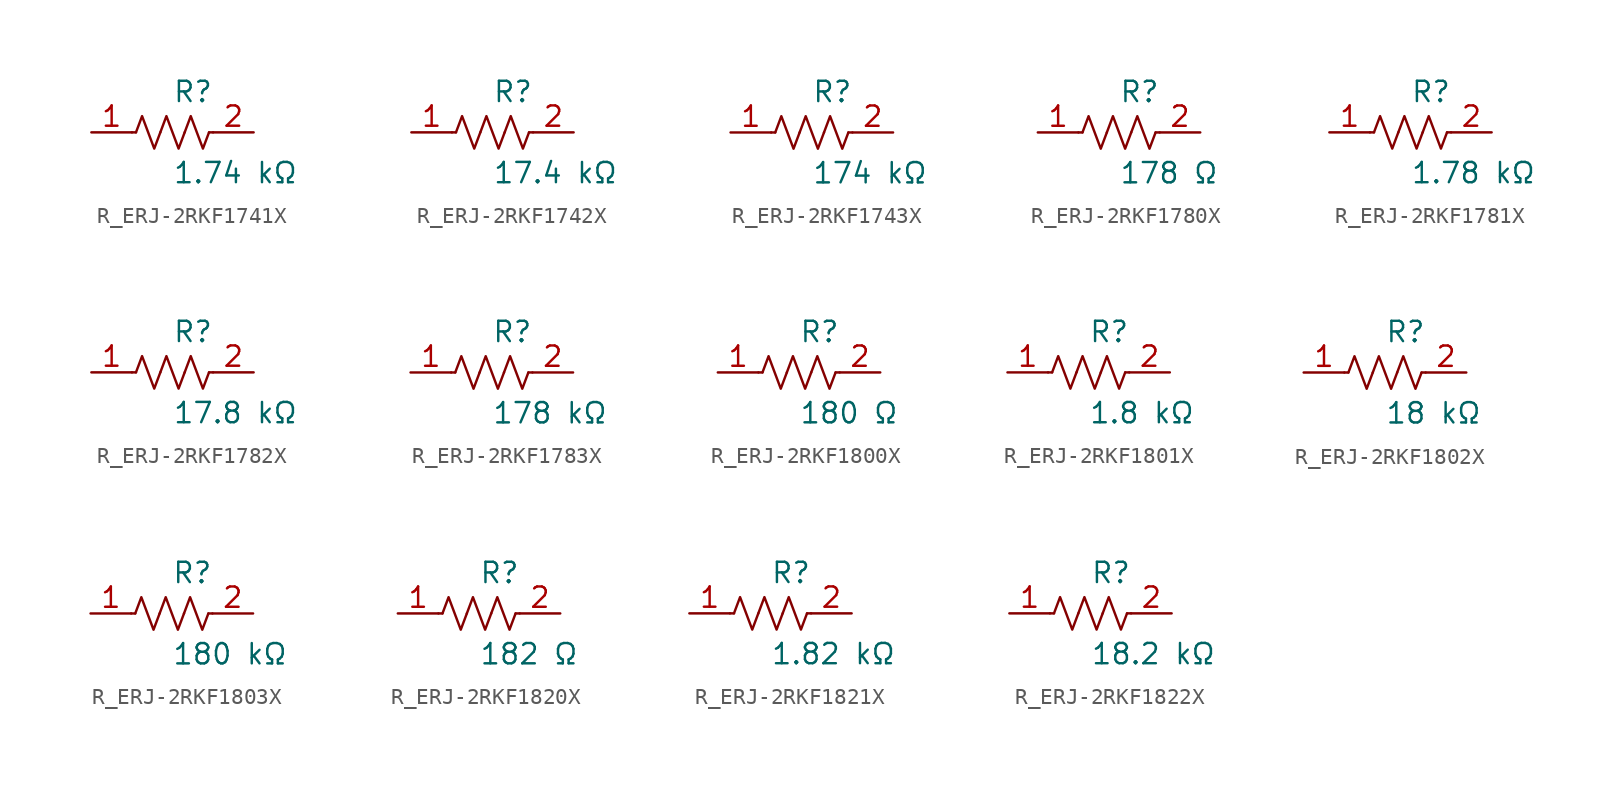
<source format=kicad_sym>
(kicad_symbol_lib
  (version 20231120)
  (generator kicad_symbol_editor)
  (generator_version 8.0)
  (symbol "R_ERJ-2RKF1741X"
    (pin_names
      (offset 0.254))
    (property "Reference" "R"
      (at 0 2.54 0)
      (effects (font (size 1.27 1.27)) (justify left)))
    (property "Value" "1.74 kΩ"
      (at 0 -2.54 0)
      (effects (font (size 1.27 1.27)) (justify left)))
    (symbol "R_ERJ-2RKF1741X_0_1"
      (polyline (pts (xy 2.286 0) (xy 2.54 0)) (stroke (width 0) (type default)) (fill (type none)))
      (polyline (pts (xy -2.286 0) (xy -2.54 0)) (stroke (width 0) (type default)) (fill (type none)))
      (polyline (pts (xy 0.762 0) (xy 1.143 1.016) (xy 1.524 0) (xy 1.905 -1.016) (xy 2.286 0)) (stroke (width 0) (type default)) (fill (type none)))
      (polyline (pts (xy -0.762 0) (xy -0.381 1.016) (xy 0 0) (xy 0.381 -1.016) (xy 0.762 0)) (stroke (width 0) (type default)) (fill (type none)))
      (polyline (pts (xy -2.286 0) (xy -1.905 1.016) (xy -1.524 0) (xy -1.143 -1.016) (xy -0.762 0)) (stroke (width 0) (type default)) (fill (type none))))
    (pin passive line
      (at -5.08 0 0)
      (length 2.54)
      (name "" (effects (font (size 1.27 1.27))))
      (number "1" (effects (font (size 1.27 1.27)))))
    (pin passive line
      (at 5.08 0 180)
      (length 2.54)
      (name "" (effects (font (size 1.27 1.27))))
      (number "2" (effects (font (size 1.27 1.27))))))
  (symbol "R_ERJ-2RKF1742X"
    (pin_names
      (offset 0.254))
    (property "Reference" "R"
      (at 0 2.54 0)
      (effects (font (size 1.27 1.27)) (justify left)))
    (property "Value" "17.4 kΩ"
      (at 0 -2.54 0)
      (effects (font (size 1.27 1.27)) (justify left)))
    (symbol "R_ERJ-2RKF1742X_0_1"
      (polyline (pts (xy 2.286 0) (xy 2.54 0)) (stroke (width 0) (type default)) (fill (type none)))
      (polyline (pts (xy -2.286 0) (xy -2.54 0)) (stroke (width 0) (type default)) (fill (type none)))
      (polyline (pts (xy 0.762 0) (xy 1.143 1.016) (xy 1.524 0) (xy 1.905 -1.016) (xy 2.286 0)) (stroke (width 0) (type default)) (fill (type none)))
      (polyline (pts (xy -0.762 0) (xy -0.381 1.016) (xy 0 0) (xy 0.381 -1.016) (xy 0.762 0)) (stroke (width 0) (type default)) (fill (type none)))
      (polyline (pts (xy -2.286 0) (xy -1.905 1.016) (xy -1.524 0) (xy -1.143 -1.016) (xy -0.762 0)) (stroke (width 0) (type default)) (fill (type none))))
    (pin passive line
      (at -5.08 0 0)
      (length 2.54)
      (name "" (effects (font (size 1.27 1.27))))
      (number "1" (effects (font (size 1.27 1.27)))))
    (pin passive line
      (at 5.08 0 180)
      (length 2.54)
      (name "" (effects (font (size 1.27 1.27))))
      (number "2" (effects (font (size 1.27 1.27))))))
  (symbol "R_ERJ-2RKF1743X"
    (pin_names
      (offset 0.254))
    (property "Reference" "R"
      (at 0 2.54 0)
      (effects (font (size 1.27 1.27)) (justify left)))
    (property "Value" "174 kΩ"
      (at 0 -2.54 0)
      (effects (font (size 1.27 1.27)) (justify left)))
    (symbol "R_ERJ-2RKF1743X_0_1"
      (polyline (pts (xy 2.286 0) (xy 2.54 0)) (stroke (width 0) (type default)) (fill (type none)))
      (polyline (pts (xy -2.286 0) (xy -2.54 0)) (stroke (width 0) (type default)) (fill (type none)))
      (polyline (pts (xy 0.762 0) (xy 1.143 1.016) (xy 1.524 0) (xy 1.905 -1.016) (xy 2.286 0)) (stroke (width 0) (type default)) (fill (type none)))
      (polyline (pts (xy -0.762 0) (xy -0.381 1.016) (xy 0 0) (xy 0.381 -1.016) (xy 0.762 0)) (stroke (width 0) (type default)) (fill (type none)))
      (polyline (pts (xy -2.286 0) (xy -1.905 1.016) (xy -1.524 0) (xy -1.143 -1.016) (xy -0.762 0)) (stroke (width 0) (type default)) (fill (type none))))
    (pin passive line
      (at -5.08 0 0)
      (length 2.54)
      (name "" (effects (font (size 1.27 1.27))))
      (number "1" (effects (font (size 1.27 1.27)))))
    (pin passive line
      (at 5.08 0 180)
      (length 2.54)
      (name "" (effects (font (size 1.27 1.27))))
      (number "2" (effects (font (size 1.27 1.27))))))
  (symbol "R_ERJ-2RKF1780X"
    (pin_names
      (offset 0.254))
    (property "Reference" "R"
      (at 0 2.54 0)
      (effects (font (size 1.27 1.27)) (justify left)))
    (property "Value" "178 Ω"
      (at 0 -2.54 0)
      (effects (font (size 1.27 1.27)) (justify left)))
    (symbol "R_ERJ-2RKF1780X_0_1"
      (polyline (pts (xy 2.286 0) (xy 2.54 0)) (stroke (width 0) (type default)) (fill (type none)))
      (polyline (pts (xy -2.286 0) (xy -2.54 0)) (stroke (width 0) (type default)) (fill (type none)))
      (polyline (pts (xy 0.762 0) (xy 1.143 1.016) (xy 1.524 0) (xy 1.905 -1.016) (xy 2.286 0)) (stroke (width 0) (type default)) (fill (type none)))
      (polyline (pts (xy -0.762 0) (xy -0.381 1.016) (xy 0 0) (xy 0.381 -1.016) (xy 0.762 0)) (stroke (width 0) (type default)) (fill (type none)))
      (polyline (pts (xy -2.286 0) (xy -1.905 1.016) (xy -1.524 0) (xy -1.143 -1.016) (xy -0.762 0)) (stroke (width 0) (type default)) (fill (type none))))
    (pin passive line
      (at -5.08 0 0)
      (length 2.54)
      (name "" (effects (font (size 1.27 1.27))))
      (number "1" (effects (font (size 1.27 1.27)))))
    (pin passive line
      (at 5.08 0 180)
      (length 2.54)
      (name "" (effects (font (size 1.27 1.27))))
      (number "2" (effects (font (size 1.27 1.27))))))
  (symbol "R_ERJ-2RKF1781X"
    (pin_names
      (offset 0.254))
    (property "Reference" "R"
      (at 0 2.54 0)
      (effects (font (size 1.27 1.27)) (justify left)))
    (property "Value" "1.78 kΩ"
      (at 0 -2.54 0)
      (effects (font (size 1.27 1.27)) (justify left)))
    (symbol "R_ERJ-2RKF1781X_0_1"
      (polyline (pts (xy 2.286 0) (xy 2.54 0)) (stroke (width 0) (type default)) (fill (type none)))
      (polyline (pts (xy -2.286 0) (xy -2.54 0)) (stroke (width 0) (type default)) (fill (type none)))
      (polyline (pts (xy 0.762 0) (xy 1.143 1.016) (xy 1.524 0) (xy 1.905 -1.016) (xy 2.286 0)) (stroke (width 0) (type default)) (fill (type none)))
      (polyline (pts (xy -0.762 0) (xy -0.381 1.016) (xy 0 0) (xy 0.381 -1.016) (xy 0.762 0)) (stroke (width 0) (type default)) (fill (type none)))
      (polyline (pts (xy -2.286 0) (xy -1.905 1.016) (xy -1.524 0) (xy -1.143 -1.016) (xy -0.762 0)) (stroke (width 0) (type default)) (fill (type none))))
    (pin passive line
      (at -5.08 0 0)
      (length 2.54)
      (name "" (effects (font (size 1.27 1.27))))
      (number "1" (effects (font (size 1.27 1.27)))))
    (pin passive line
      (at 5.08 0 180)
      (length 2.54)
      (name "" (effects (font (size 1.27 1.27))))
      (number "2" (effects (font (size 1.27 1.27))))))
  (symbol "R_ERJ-2RKF1782X"
    (pin_names
      (offset 0.254))
    (property "Reference" "R"
      (at 0 2.54 0)
      (effects (font (size 1.27 1.27)) (justify left)))
    (property "Value" "17.8 kΩ"
      (at 0 -2.54 0)
      (effects (font (size 1.27 1.27)) (justify left)))
    (symbol "R_ERJ-2RKF1782X_0_1"
      (polyline (pts (xy 2.286 0) (xy 2.54 0)) (stroke (width 0) (type default)) (fill (type none)))
      (polyline (pts (xy -2.286 0) (xy -2.54 0)) (stroke (width 0) (type default)) (fill (type none)))
      (polyline (pts (xy 0.762 0) (xy 1.143 1.016) (xy 1.524 0) (xy 1.905 -1.016) (xy 2.286 0)) (stroke (width 0) (type default)) (fill (type none)))
      (polyline (pts (xy -0.762 0) (xy -0.381 1.016) (xy 0 0) (xy 0.381 -1.016) (xy 0.762 0)) (stroke (width 0) (type default)) (fill (type none)))
      (polyline (pts (xy -2.286 0) (xy -1.905 1.016) (xy -1.524 0) (xy -1.143 -1.016) (xy -0.762 0)) (stroke (width 0) (type default)) (fill (type none))))
    (pin passive line
      (at -5.08 0 0)
      (length 2.54)
      (name "" (effects (font (size 1.27 1.27))))
      (number "1" (effects (font (size 1.27 1.27)))))
    (pin passive line
      (at 5.08 0 180)
      (length 2.54)
      (name "" (effects (font (size 1.27 1.27))))
      (number "2" (effects (font (size 1.27 1.27))))))
  (symbol "R_ERJ-2RKF1783X"
    (pin_names
      (offset 0.254))
    (property "Reference" "R"
      (at 0 2.54 0)
      (effects (font (size 1.27 1.27)) (justify left)))
    (property "Value" "178 kΩ"
      (at 0 -2.54 0)
      (effects (font (size 1.27 1.27)) (justify left)))
    (symbol "R_ERJ-2RKF1783X_0_1"
      (polyline (pts (xy 2.286 0) (xy 2.54 0)) (stroke (width 0) (type default)) (fill (type none)))
      (polyline (pts (xy -2.286 0) (xy -2.54 0)) (stroke (width 0) (type default)) (fill (type none)))
      (polyline (pts (xy 0.762 0) (xy 1.143 1.016) (xy 1.524 0) (xy 1.905 -1.016) (xy 2.286 0)) (stroke (width 0) (type default)) (fill (type none)))
      (polyline (pts (xy -0.762 0) (xy -0.381 1.016) (xy 0 0) (xy 0.381 -1.016) (xy 0.762 0)) (stroke (width 0) (type default)) (fill (type none)))
      (polyline (pts (xy -2.286 0) (xy -1.905 1.016) (xy -1.524 0) (xy -1.143 -1.016) (xy -0.762 0)) (stroke (width 0) (type default)) (fill (type none))))
    (pin passive line
      (at -5.08 0 0)
      (length 2.54)
      (name "" (effects (font (size 1.27 1.27))))
      (number "1" (effects (font (size 1.27 1.27)))))
    (pin passive line
      (at 5.08 0 180)
      (length 2.54)
      (name "" (effects (font (size 1.27 1.27))))
      (number "2" (effects (font (size 1.27 1.27))))))
  (symbol "R_ERJ-2RKF1800X"
    (pin_names
      (offset 0.254))
    (property "Reference" "R"
      (at 0 2.54 0)
      (effects (font (size 1.27 1.27)) (justify left)))
    (property "Value" "180 Ω"
      (at 0 -2.54 0)
      (effects (font (size 1.27 1.27)) (justify left)))
    (symbol "R_ERJ-2RKF1800X_0_1"
      (polyline (pts (xy 2.286 0) (xy 2.54 0)) (stroke (width 0) (type default)) (fill (type none)))
      (polyline (pts (xy -2.286 0) (xy -2.54 0)) (stroke (width 0) (type default)) (fill (type none)))
      (polyline (pts (xy 0.762 0) (xy 1.143 1.016) (xy 1.524 0) (xy 1.905 -1.016) (xy 2.286 0)) (stroke (width 0) (type default)) (fill (type none)))
      (polyline (pts (xy -0.762 0) (xy -0.381 1.016) (xy 0 0) (xy 0.381 -1.016) (xy 0.762 0)) (stroke (width 0) (type default)) (fill (type none)))
      (polyline (pts (xy -2.286 0) (xy -1.905 1.016) (xy -1.524 0) (xy -1.143 -1.016) (xy -0.762 0)) (stroke (width 0) (type default)) (fill (type none))))
    (pin passive line
      (at -5.08 0 0)
      (length 2.54)
      (name "" (effects (font (size 1.27 1.27))))
      (number "1" (effects (font (size 1.27 1.27)))))
    (pin passive line
      (at 5.08 0 180)
      (length 2.54)
      (name "" (effects (font (size 1.27 1.27))))
      (number "2" (effects (font (size 1.27 1.27))))))
  (symbol "R_ERJ-2RKF1801X"
    (pin_names
      (offset 0.254))
    (property "Reference" "R"
      (at 0 2.54 0)
      (effects (font (size 1.27 1.27)) (justify left)))
    (property "Value" "1.8 kΩ"
      (at 0 -2.54 0)
      (effects (font (size 1.27 1.27)) (justify left)))
    (symbol "R_ERJ-2RKF1801X_0_1"
      (polyline (pts (xy 2.286 0) (xy 2.54 0)) (stroke (width 0) (type default)) (fill (type none)))
      (polyline (pts (xy -2.286 0) (xy -2.54 0)) (stroke (width 0) (type default)) (fill (type none)))
      (polyline (pts (xy 0.762 0) (xy 1.143 1.016) (xy 1.524 0) (xy 1.905 -1.016) (xy 2.286 0)) (stroke (width 0) (type default)) (fill (type none)))
      (polyline (pts (xy -0.762 0) (xy -0.381 1.016) (xy 0 0) (xy 0.381 -1.016) (xy 0.762 0)) (stroke (width 0) (type default)) (fill (type none)))
      (polyline (pts (xy -2.286 0) (xy -1.905 1.016) (xy -1.524 0) (xy -1.143 -1.016) (xy -0.762 0)) (stroke (width 0) (type default)) (fill (type none))))
    (pin passive line
      (at -5.08 0 0)
      (length 2.54)
      (name "" (effects (font (size 1.27 1.27))))
      (number "1" (effects (font (size 1.27 1.27)))))
    (pin passive line
      (at 5.08 0 180)
      (length 2.54)
      (name "" (effects (font (size 1.27 1.27))))
      (number "2" (effects (font (size 1.27 1.27))))))
  (symbol "R_ERJ-2RKF1802X"
    (pin_names
      (offset 0.254))
    (property "Reference" "R"
      (at 0 2.54 0)
      (effects (font (size 1.27 1.27)) (justify left)))
    (property "Value" "18 kΩ"
      (at 0 -2.54 0)
      (effects (font (size 1.27 1.27)) (justify left)))
    (symbol "R_ERJ-2RKF1802X_0_1"
      (polyline (pts (xy 2.286 0) (xy 2.54 0)) (stroke (width 0) (type default)) (fill (type none)))
      (polyline (pts (xy -2.286 0) (xy -2.54 0)) (stroke (width 0) (type default)) (fill (type none)))
      (polyline (pts (xy 0.762 0) (xy 1.143 1.016) (xy 1.524 0) (xy 1.905 -1.016) (xy 2.286 0)) (stroke (width 0) (type default)) (fill (type none)))
      (polyline (pts (xy -0.762 0) (xy -0.381 1.016) (xy 0 0) (xy 0.381 -1.016) (xy 0.762 0)) (stroke (width 0) (type default)) (fill (type none)))
      (polyline (pts (xy -2.286 0) (xy -1.905 1.016) (xy -1.524 0) (xy -1.143 -1.016) (xy -0.762 0)) (stroke (width 0) (type default)) (fill (type none))))
    (pin passive line
      (at -5.08 0 0)
      (length 2.54)
      (name "" (effects (font (size 1.27 1.27))))
      (number "1" (effects (font (size 1.27 1.27)))))
    (pin passive line
      (at 5.08 0 180)
      (length 2.54)
      (name "" (effects (font (size 1.27 1.27))))
      (number "2" (effects (font (size 1.27 1.27))))))
  (symbol "R_ERJ-2RKF1803X"
    (pin_names
      (offset 0.254))
    (property "Reference" "R"
      (at 0 2.54 0)
      (effects (font (size 1.27 1.27)) (justify left)))
    (property "Value" "180 kΩ"
      (at 0 -2.54 0)
      (effects (font (size 1.27 1.27)) (justify left)))
    (symbol "R_ERJ-2RKF1803X_0_1"
      (polyline (pts (xy 2.286 0) (xy 2.54 0)) (stroke (width 0) (type default)) (fill (type none)))
      (polyline (pts (xy -2.286 0) (xy -2.54 0)) (stroke (width 0) (type default)) (fill (type none)))
      (polyline (pts (xy 0.762 0) (xy 1.143 1.016) (xy 1.524 0) (xy 1.905 -1.016) (xy 2.286 0)) (stroke (width 0) (type default)) (fill (type none)))
      (polyline (pts (xy -0.762 0) (xy -0.381 1.016) (xy 0 0) (xy 0.381 -1.016) (xy 0.762 0)) (stroke (width 0) (type default)) (fill (type none)))
      (polyline (pts (xy -2.286 0) (xy -1.905 1.016) (xy -1.524 0) (xy -1.143 -1.016) (xy -0.762 0)) (stroke (width 0) (type default)) (fill (type none))))
    (pin passive line
      (at -5.08 0 0)
      (length 2.54)
      (name "" (effects (font (size 1.27 1.27))))
      (number "1" (effects (font (size 1.27 1.27)))))
    (pin passive line
      (at 5.08 0 180)
      (length 2.54)
      (name "" (effects (font (size 1.27 1.27))))
      (number "2" (effects (font (size 1.27 1.27))))))
  (symbol "R_ERJ-2RKF1820X"
    (pin_names
      (offset 0.254))
    (property "Reference" "R"
      (at 0 2.54 0)
      (effects (font (size 1.27 1.27)) (justify left)))
    (property "Value" "182 Ω"
      (at 0 -2.54 0)
      (effects (font (size 1.27 1.27)) (justify left)))
    (symbol "R_ERJ-2RKF1820X_0_1"
      (polyline (pts (xy 2.286 0) (xy 2.54 0)) (stroke (width 0) (type default)) (fill (type none)))
      (polyline (pts (xy -2.286 0) (xy -2.54 0)) (stroke (width 0) (type default)) (fill (type none)))
      (polyline (pts (xy 0.762 0) (xy 1.143 1.016) (xy 1.524 0) (xy 1.905 -1.016) (xy 2.286 0)) (stroke (width 0) (type default)) (fill (type none)))
      (polyline (pts (xy -0.762 0) (xy -0.381 1.016) (xy 0 0) (xy 0.381 -1.016) (xy 0.762 0)) (stroke (width 0) (type default)) (fill (type none)))
      (polyline (pts (xy -2.286 0) (xy -1.905 1.016) (xy -1.524 0) (xy -1.143 -1.016) (xy -0.762 0)) (stroke (width 0) (type default)) (fill (type none))))
    (pin passive line
      (at -5.08 0 0)
      (length 2.54)
      (name "" (effects (font (size 1.27 1.27))))
      (number "1" (effects (font (size 1.27 1.27)))))
    (pin passive line
      (at 5.08 0 180)
      (length 2.54)
      (name "" (effects (font (size 1.27 1.27))))
      (number "2" (effects (font (size 1.27 1.27))))))
  (symbol "R_ERJ-2RKF1821X"
    (pin_names
      (offset 0.254))
    (property "Reference" "R"
      (at 0 2.54 0)
      (effects (font (size 1.27 1.27)) (justify left)))
    (property "Value" "1.82 kΩ"
      (at 0 -2.54 0)
      (effects (font (size 1.27 1.27)) (justify left)))
    (symbol "R_ERJ-2RKF1821X_0_1"
      (polyline (pts (xy 2.286 0) (xy 2.54 0)) (stroke (width 0) (type default)) (fill (type none)))
      (polyline (pts (xy -2.286 0) (xy -2.54 0)) (stroke (width 0) (type default)) (fill (type none)))
      (polyline (pts (xy 0.762 0) (xy 1.143 1.016) (xy 1.524 0) (xy 1.905 -1.016) (xy 2.286 0)) (stroke (width 0) (type default)) (fill (type none)))
      (polyline (pts (xy -0.762 0) (xy -0.381 1.016) (xy 0 0) (xy 0.381 -1.016) (xy 0.762 0)) (stroke (width 0) (type default)) (fill (type none)))
      (polyline (pts (xy -2.286 0) (xy -1.905 1.016) (xy -1.524 0) (xy -1.143 -1.016) (xy -0.762 0)) (stroke (width 0) (type default)) (fill (type none))))
    (pin passive line
      (at -5.08 0 0)
      (length 2.54)
      (name "" (effects (font (size 1.27 1.27))))
      (number "1" (effects (font (size 1.27 1.27)))))
    (pin passive line
      (at 5.08 0 180)
      (length 2.54)
      (name "" (effects (font (size 1.27 1.27))))
      (number "2" (effects (font (size 1.27 1.27))))))
  (symbol "R_ERJ-2RKF1822X"
    (pin_names
      (offset 0.254))
    (property "Reference" "R"
      (at 0 2.54 0)
      (effects (font (size 1.27 1.27)) (justify left)))
    (property "Value" "18.2 kΩ"
      (at 0 -2.54 0)
      (effects (font (size 1.27 1.27)) (justify left)))
    (symbol "R_ERJ-2RKF1822X_0_1"
      (polyline (pts (xy 2.286 0) (xy 2.54 0)) (stroke (width 0) (type default)) (fill (type none)))
      (polyline (pts (xy -2.286 0) (xy -2.54 0)) (stroke (width 0) (type default)) (fill (type none)))
      (polyline (pts (xy 0.762 0) (xy 1.143 1.016) (xy 1.524 0) (xy 1.905 -1.016) (xy 2.286 0)) (stroke (width 0) (type default)) (fill (type none)))
      (polyline (pts (xy -0.762 0) (xy -0.381 1.016) (xy 0 0) (xy 0.381 -1.016) (xy 0.762 0)) (stroke (width 0) (type default)) (fill (type none)))
      (polyline (pts (xy -2.286 0) (xy -1.905 1.016) (xy -1.524 0) (xy -1.143 -1.016) (xy -0.762 0)) (stroke (width 0) (type default)) (fill (type none))))
    (pin passive line
      (at -5.08 0 0)
      (length 2.54)
      (name "" (effects (font (size 1.27 1.27))))
      (number "1" (effects (font (size 1.27 1.27)))))
    (pin passive line
      (at 5.08 0 180)
      (length 2.54)
      (name "" (effects (font (size 1.27 1.27))))
      (number "2" (effects (font (size 1.27 1.27)))))))
</source>
